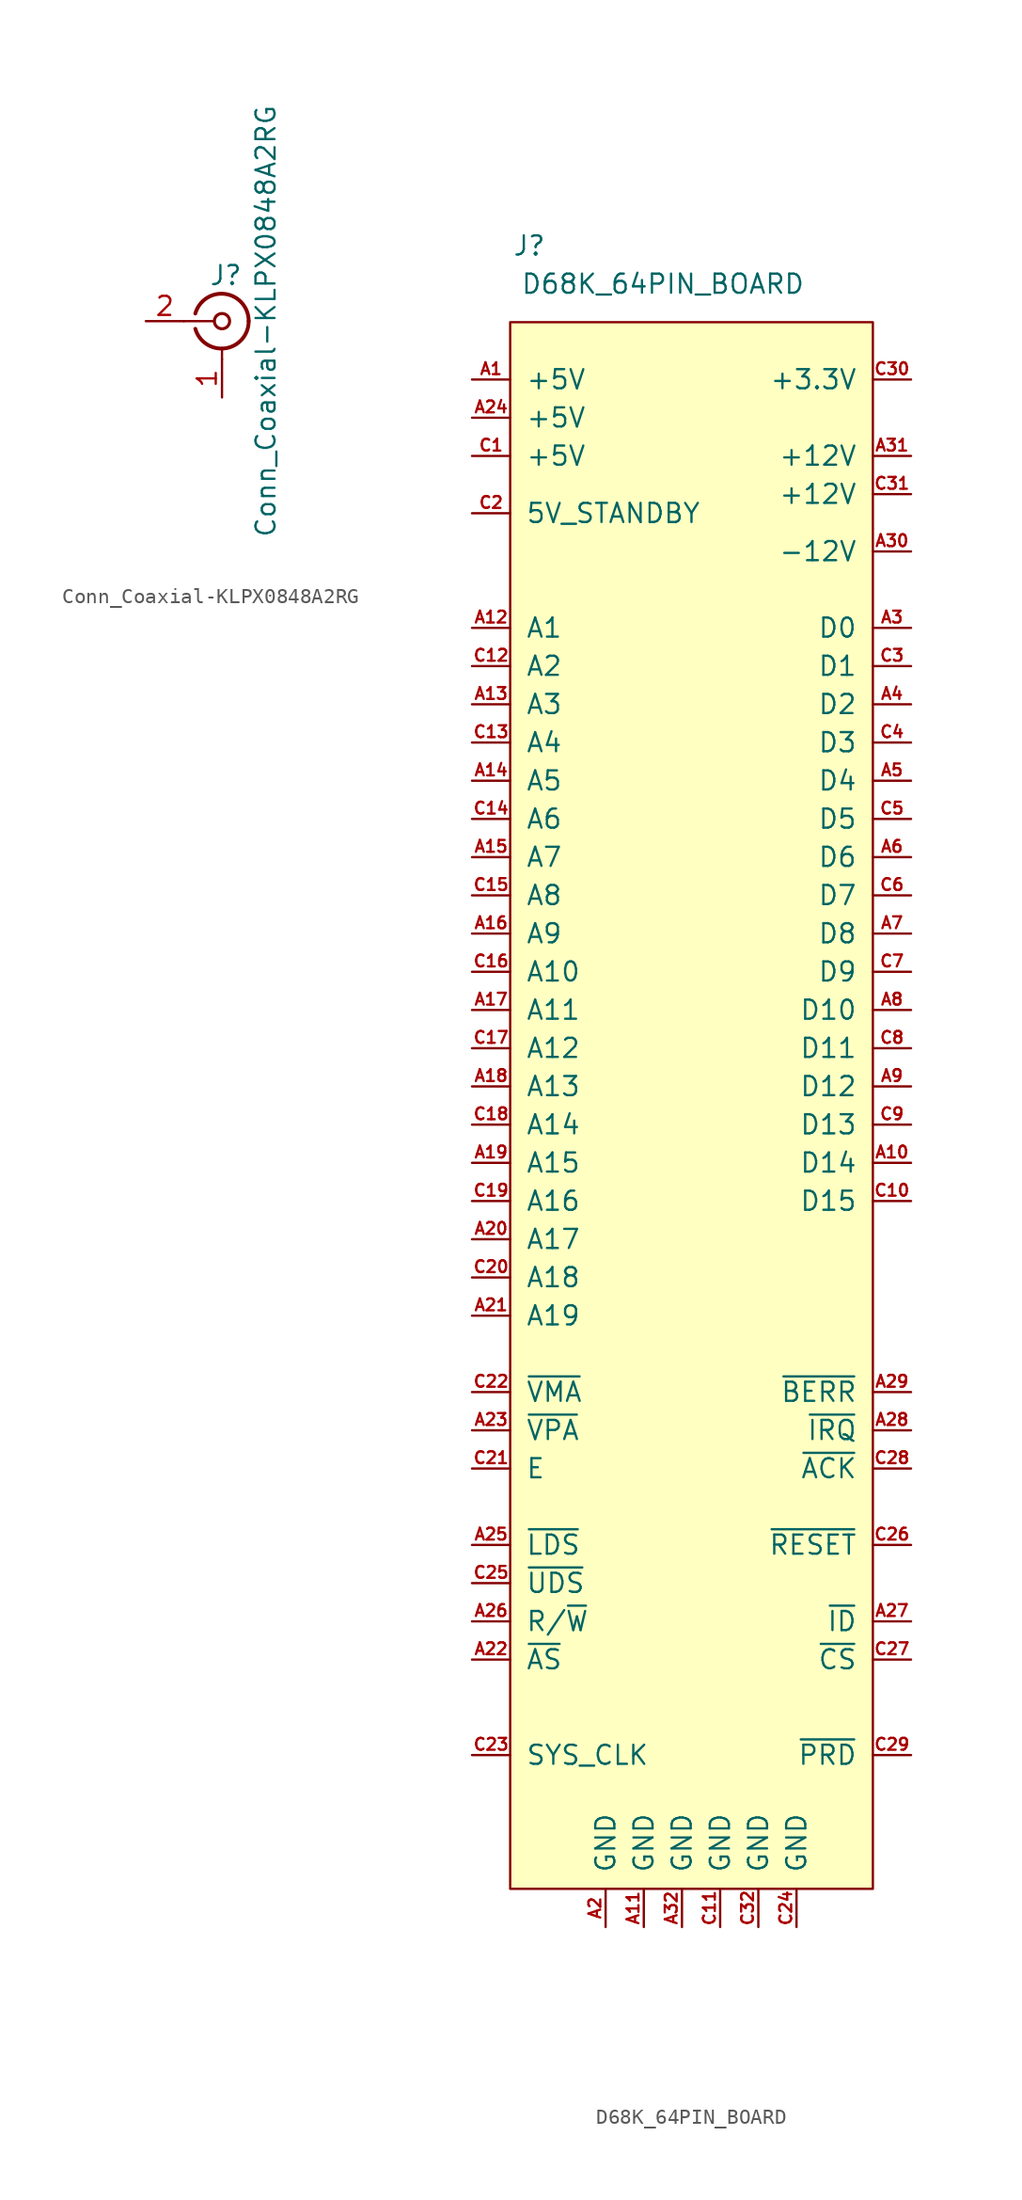
<source format=kicad_sym>
(kicad_symbol_lib
  (version 20220914)
  (generator kicad_symbol_editor)
  (symbol "Conn_Coaxial-KLPX0848A2RG"
    (pin_names
      (offset 1.016) hide)
    (property "Reference" "J"
      (at 0.254 3.048 0)
      (effects (font (size 1.27 1.27))))
    (property "Value" "Conn_Coaxial-KLPX0848A2RG"
      (at 2.921 0 90)
      (effects (font (size 1.27 1.27))))
    (symbol "Conn_Coaxial-KLPX0848A2RG_0_1"
      (arc (start -1.778 -0.508) (mid 0.2311 -1.8066) (end 1.778 0) (stroke (width 0.254) (type default)) (fill (type none)))
      (polyline (pts (xy -2.54 0) (xy -0.508 0)) (stroke (width 0) (type default)) (fill (type none)))
      (polyline (pts (xy 0 -2.54) (xy 0 -1.778)) (stroke (width 0) (type default)) (fill (type none)))
      (circle (center 0 0) (radius 0.508) (stroke (width 0.203) (type default)) (fill (type none)))
      (arc (start 1.778 0) (mid 0.2099 1.8101) (end -1.778 0.508) (stroke (width 0.254) (type default)) (fill (type none))))
    (symbol "Conn_Coaxial-KLPX0848A2RG_1_1"
      (pin passive line (at 0 -5.08 90) (length 2.54) (name "Ext" (effects (font (size 1.27 1.27)))) (number "1" (effects (font (size 1.27 1.27)))))
      (pin passive line (at -5.08 0 0) (length 2.54) (name "In" (effects (font (size 1.27 1.27)))) (number "2" (effects (font (size 1.27 1.27)))))))
  (symbol "D68K_64PIN_BOARD"
    (pin_names
      (offset 1.016))
    (property "Reference" "J"
      (at -11.43 53.34 0)
      (effects (font (size 1.27 1.27))))
    (property "Value" "D68K_64PIN_BOARD"
      (at -2.54 50.8 0)
      (effects (font (size 1.27 1.27))))
    (symbol "D68K_64PIN_BOARD_0_1"
      (rectangle (start -12.7 48.26) (end 11.43 -55.88) (stroke (width 0) (type default)) (fill (type background))))
    (symbol "D68K_64PIN_BOARD_1_1"
      (pin power_in line (at -15.24 44.45 0) (length 2.54) (name "+5V" (effects (font (size 1.27 1.27)))) (number "A1" (effects (font (size 0.787 0.787)))))
      (pin bidirectional line (at 13.97 -7.62 180) (length 2.54) (name "D14" (effects (font (size 1.27 1.27)))) (number "A10" (effects (font (size 0.787 0.787)))))
      (pin power_in line (at -3.81 -58.42 90) (length 2.54) (name "GND" (effects (font (size 1.27 1.27)))) (number "A11" (effects (font (size 0.787 0.787)))))
      (pin output line (at -15.24 27.94 0) (length 2.54) (name "A1" (effects (font (size 1.27 1.27)))) (number "A12" (effects (font (size 0.787 0.787)))))
      (pin output line (at -15.24 22.86 0) (length 2.54) (name "A3" (effects (font (size 1.27 1.27)))) (number "A13" (effects (font (size 0.787 0.787)))))
      (pin output line (at -15.24 17.78 0) (length 2.54) (name "A5" (effects (font (size 1.27 1.27)))) (number "A14" (effects (font (size 0.787 0.787)))))
      (pin output line (at -15.24 12.7 0) (length 2.54) (name "A7" (effects (font (size 1.27 1.27)))) (number "A15" (effects (font (size 0.787 0.787)))))
      (pin output line (at -15.24 7.62 0) (length 2.54) (name "A9" (effects (font (size 1.27 1.27)))) (number "A16" (effects (font (size 0.787 0.787)))))
      (pin output line (at -15.24 2.54 0) (length 2.54) (name "A11" (effects (font (size 1.27 1.27)))) (number "A17" (effects (font (size 0.787 0.787)))))
      (pin output line (at -15.24 -2.54 0) (length 2.54) (name "A13" (effects (font (size 1.27 1.27)))) (number "A18" (effects (font (size 0.787 0.787)))))
      (pin output line (at -15.24 -7.62 0) (length 2.54) (name "A15" (effects (font (size 1.27 1.27)))) (number "A19" (effects (font (size 0.787 0.787)))))
      (pin power_in line (at -6.35 -58.42 90) (length 2.54) (name "GND" (effects (font (size 1.27 1.27)))) (number "A2" (effects (font (size 0.787 0.787)))))
      (pin output line (at -15.24 -12.7 0) (length 2.54) (name "A17" (effects (font (size 1.27 1.27)))) (number "A20" (effects (font (size 0.787 0.787)))))
      (pin output line (at -15.24 -17.78 0) (length 2.54) (name "A19" (effects (font (size 1.27 1.27)))) (number "A21" (effects (font (size 0.787 0.787)))))
      (pin output line (at -15.24 -40.64 0) (length 2.54) (name "~{AS}" (effects (font (size 1.27 1.27)))) (number "A22" (effects (font (size 0.787 0.787)))))
      (pin output line (at -15.24 -25.4 0) (length 2.54) (name "~{VPA}" (effects (font (size 1.27 1.27)))) (number "A23" (effects (font (size 0.787 0.787)))))
      (pin power_in line (at -15.24 41.91 0) (length 2.54) (name "+5V" (effects (font (size 1.27 1.27)))) (number "A24" (effects (font (size 0.787 0.787)))))
      (pin output line (at -15.24 -33.02 0) (length 2.54) (name "~{LDS}" (effects (font (size 1.27 1.27)))) (number "A25" (effects (font (size 0.787 0.787)))))
      (pin output line (at -15.24 -38.1 0) (length 2.54) (name "R/~{W}" (effects (font (size 1.27 1.27)))) (number "A26" (effects (font (size 0.787 0.787)))))
      (pin output line (at 13.97 -38.1 180) (length 2.54) (name "~{ID}" (effects (font (size 1.27 1.27)))) (number "A27" (effects (font (size 0.787 0.787)))))
      (pin input line (at 13.97 -25.4 180) (length 2.54) (name "~{IRQ}" (effects (font (size 1.27 1.27)))) (number "A28" (effects (font (size 0.787 0.787)))))
      (pin input line (at 13.97 -22.86 180) (length 2.54) (name "~{BERR}" (effects (font (size 1.27 1.27)))) (number "A29" (effects (font (size 0.787 0.787)))))
      (pin bidirectional line (at 13.97 27.94 180) (length 2.54) (name "D0" (effects (font (size 1.27 1.27)))) (number "A3" (effects (font (size 0.787 0.787)))))
      (pin power_in line (at 13.97 33.02 180) (length 2.54) (name "-12V" (effects (font (size 1.27 1.27)))) (number "A30" (effects (font (size 0.787 0.787)))))
      (pin power_in line (at 13.97 39.37 180) (length 2.54) (name "+12V" (effects (font (size 1.27 1.27)))) (number "A31" (effects (font (size 0.787 0.787)))))
      (pin power_in line (at -1.27 -58.42 90) (length 2.54) (name "GND" (effects (font (size 1.27 1.27)))) (number "A32" (effects (font (size 0.787 0.787)))))
      (pin bidirectional line (at 13.97 22.86 180) (length 2.54) (name "D2" (effects (font (size 1.27 1.27)))) (number "A4" (effects (font (size 0.787 0.787)))))
      (pin bidirectional line (at 13.97 17.78 180) (length 2.54) (name "D4" (effects (font (size 1.27 1.27)))) (number "A5" (effects (font (size 0.787 0.787)))))
      (pin bidirectional line (at 13.97 12.7 180) (length 2.54) (name "D6" (effects (font (size 1.27 1.27)))) (number "A6" (effects (font (size 0.787 0.787)))))
      (pin bidirectional line (at 13.97 7.62 180) (length 2.54) (name "D8" (effects (font (size 1.27 1.27)))) (number "A7" (effects (font (size 0.787 0.787)))))
      (pin bidirectional line (at 13.97 2.54 180) (length 2.54) (name "D10" (effects (font (size 1.27 1.27)))) (number "A8" (effects (font (size 0.787 0.787)))))
      (pin bidirectional line (at 13.97 -2.54 180) (length 2.54) (name "D12" (effects (font (size 1.27 1.27)))) (number "A9" (effects (font (size 0.787 0.787)))))
      (pin power_in line (at -15.24 39.37 0) (length 2.54) (name "+5V" (effects (font (size 1.27 1.27)))) (number "C1" (effects (font (size 0.787 0.787)))))
      (pin bidirectional line (at 13.97 -10.16 180) (length 2.54) (name "D15" (effects (font (size 1.27 1.27)))) (number "C10" (effects (font (size 0.787 0.787)))))
      (pin power_in line (at 1.27 -58.42 90) (length 2.54) (name "GND" (effects (font (size 1.27 1.27)))) (number "C11" (effects (font (size 0.787 0.787)))))
      (pin output line (at -15.24 25.4 0) (length 2.54) (name "A2" (effects (font (size 1.27 1.27)))) (number "C12" (effects (font (size 0.787 0.787)))))
      (pin output line (at -15.24 20.32 0) (length 2.54) (name "A4" (effects (font (size 1.27 1.27)))) (number "C13" (effects (font (size 0.787 0.787)))))
      (pin output line (at -15.24 15.24 0) (length 2.54) (name "A6" (effects (font (size 1.27 1.27)))) (number "C14" (effects (font (size 0.787 0.787)))))
      (pin output line (at -15.24 10.16 0) (length 2.54) (name "A8" (effects (font (size 1.27 1.27)))) (number "C15" (effects (font (size 0.787 0.787)))))
      (pin output line (at -15.24 5.08 0) (length 2.54) (name "A10" (effects (font (size 1.27 1.27)))) (number "C16" (effects (font (size 0.787 0.787)))))
      (pin output line (at -15.24 0 0) (length 2.54) (name "A12" (effects (font (size 1.27 1.27)))) (number "C17" (effects (font (size 0.787 0.787)))))
      (pin output line (at -15.24 -5.08 0) (length 2.54) (name "A14" (effects (font (size 1.27 1.27)))) (number "C18" (effects (font (size 0.787 0.787)))))
      (pin output line (at -15.24 -10.16 0) (length 2.54) (name "A16" (effects (font (size 1.27 1.27)))) (number "C19" (effects (font (size 0.787 0.787)))))
      (pin power_in line (at -15.24 35.56 0) (length 2.54) (name "5V_STANDBY" (effects (font (size 1.27 1.27)))) (number "C2" (effects (font (size 0.787 0.787)))))
      (pin output line (at -15.24 -15.24 0) (length 2.54) (name "A18" (effects (font (size 1.27 1.27)))) (number "C20" (effects (font (size 0.787 0.787)))))
      (pin output line (at -15.24 -27.94 0) (length 2.54) (name "E" (effects (font (size 1.27 1.27)))) (number "C21" (effects (font (size 0.787 0.787)))))
      (pin output line (at -15.24 -22.86 0) (length 2.54) (name "~{VMA}" (effects (font (size 1.27 1.27)))) (number "C22" (effects (font (size 0.787 0.787)))))
      (pin output line (at -15.24 -46.99 0) (length 2.54) (name "SYS_CLK" (effects (font (size 1.27 1.27)))) (number "C23" (effects (font (size 0.787 0.787)))))
      (pin power_in line (at 6.35 -58.42 90) (length 2.54) (name "GND" (effects (font (size 1.27 1.27)))) (number "C24" (effects (font (size 0.787 0.787)))))
      (pin output line (at -15.24 -35.56 0) (length 2.54) (name "~{UDS}" (effects (font (size 1.27 1.27)))) (number "C25" (effects (font (size 0.787 0.787)))))
      (pin output line (at 13.97 -33.02 180) (length 2.54) (name "~{RESET}" (effects (font (size 1.27 1.27)))) (number "C26" (effects (font (size 0.787 0.787)))))
      (pin output line (at 13.97 -40.64 180) (length 2.54) (name "~{CS}" (effects (font (size 1.27 1.27)))) (number "C27" (effects (font (size 0.787 0.787)))))
      (pin input line (at 13.97 -27.94 180) (length 2.54) (name "~{ACK}" (effects (font (size 1.27 1.27)))) (number "C28" (effects (font (size 0.787 0.787)))))
      (pin passive line (at 13.97 -46.99 180) (length 2.54) (name "~{PRD}" (effects (font (size 1.27 1.27)))) (number "C29" (effects (font (size 0.787 0.787)))))
      (pin bidirectional line (at 13.97 25.4 180) (length 2.54) (name "D1" (effects (font (size 1.27 1.27)))) (number "C3" (effects (font (size 0.787 0.787)))))
      (pin power_in line (at 13.97 44.45 180) (length 2.54) (name "+3.3V" (effects (font (size 1.27 1.27)))) (number "C30" (effects (font (size 0.787 0.787)))))
      (pin power_in line (at 13.97 36.83 180) (length 2.54) (name "+12V" (effects (font (size 1.27 1.27)))) (number "C31" (effects (font (size 0.787 0.787)))))
      (pin power_in line (at 3.81 -58.42 90) (length 2.54) (name "GND" (effects (font (size 1.27 1.27)))) (number "C32" (effects (font (size 0.787 0.787)))))
      (pin bidirectional line (at 13.97 20.32 180) (length 2.54) (name "D3" (effects (font (size 1.27 1.27)))) (number "C4" (effects (font (size 0.787 0.787)))))
      (pin bidirectional line (at 13.97 15.24 180) (length 2.54) (name "D5" (effects (font (size 1.27 1.27)))) (number "C5" (effects (font (size 0.787 0.787)))))
      (pin bidirectional line (at 13.97 10.16 180) (length 2.54) (name "D7" (effects (font (size 1.27 1.27)))) (number "C6" (effects (font (size 0.787 0.787)))))
      (pin bidirectional line (at 13.97 5.08 180) (length 2.54) (name "D9" (effects (font (size 1.27 1.27)))) (number "C7" (effects (font (size 0.787 0.787)))))
      (pin bidirectional line (at 13.97 0 180) (length 2.54) (name "D11" (effects (font (size 1.27 1.27)))) (number "C8" (effects (font (size 0.787 0.787)))))
      (pin bidirectional line (at 13.97 -5.08 180) (length 2.54) (name "D13" (effects (font (size 1.27 1.27)))) (number "C9" (effects (font (size 0.787 0.787))))))))
</source>
